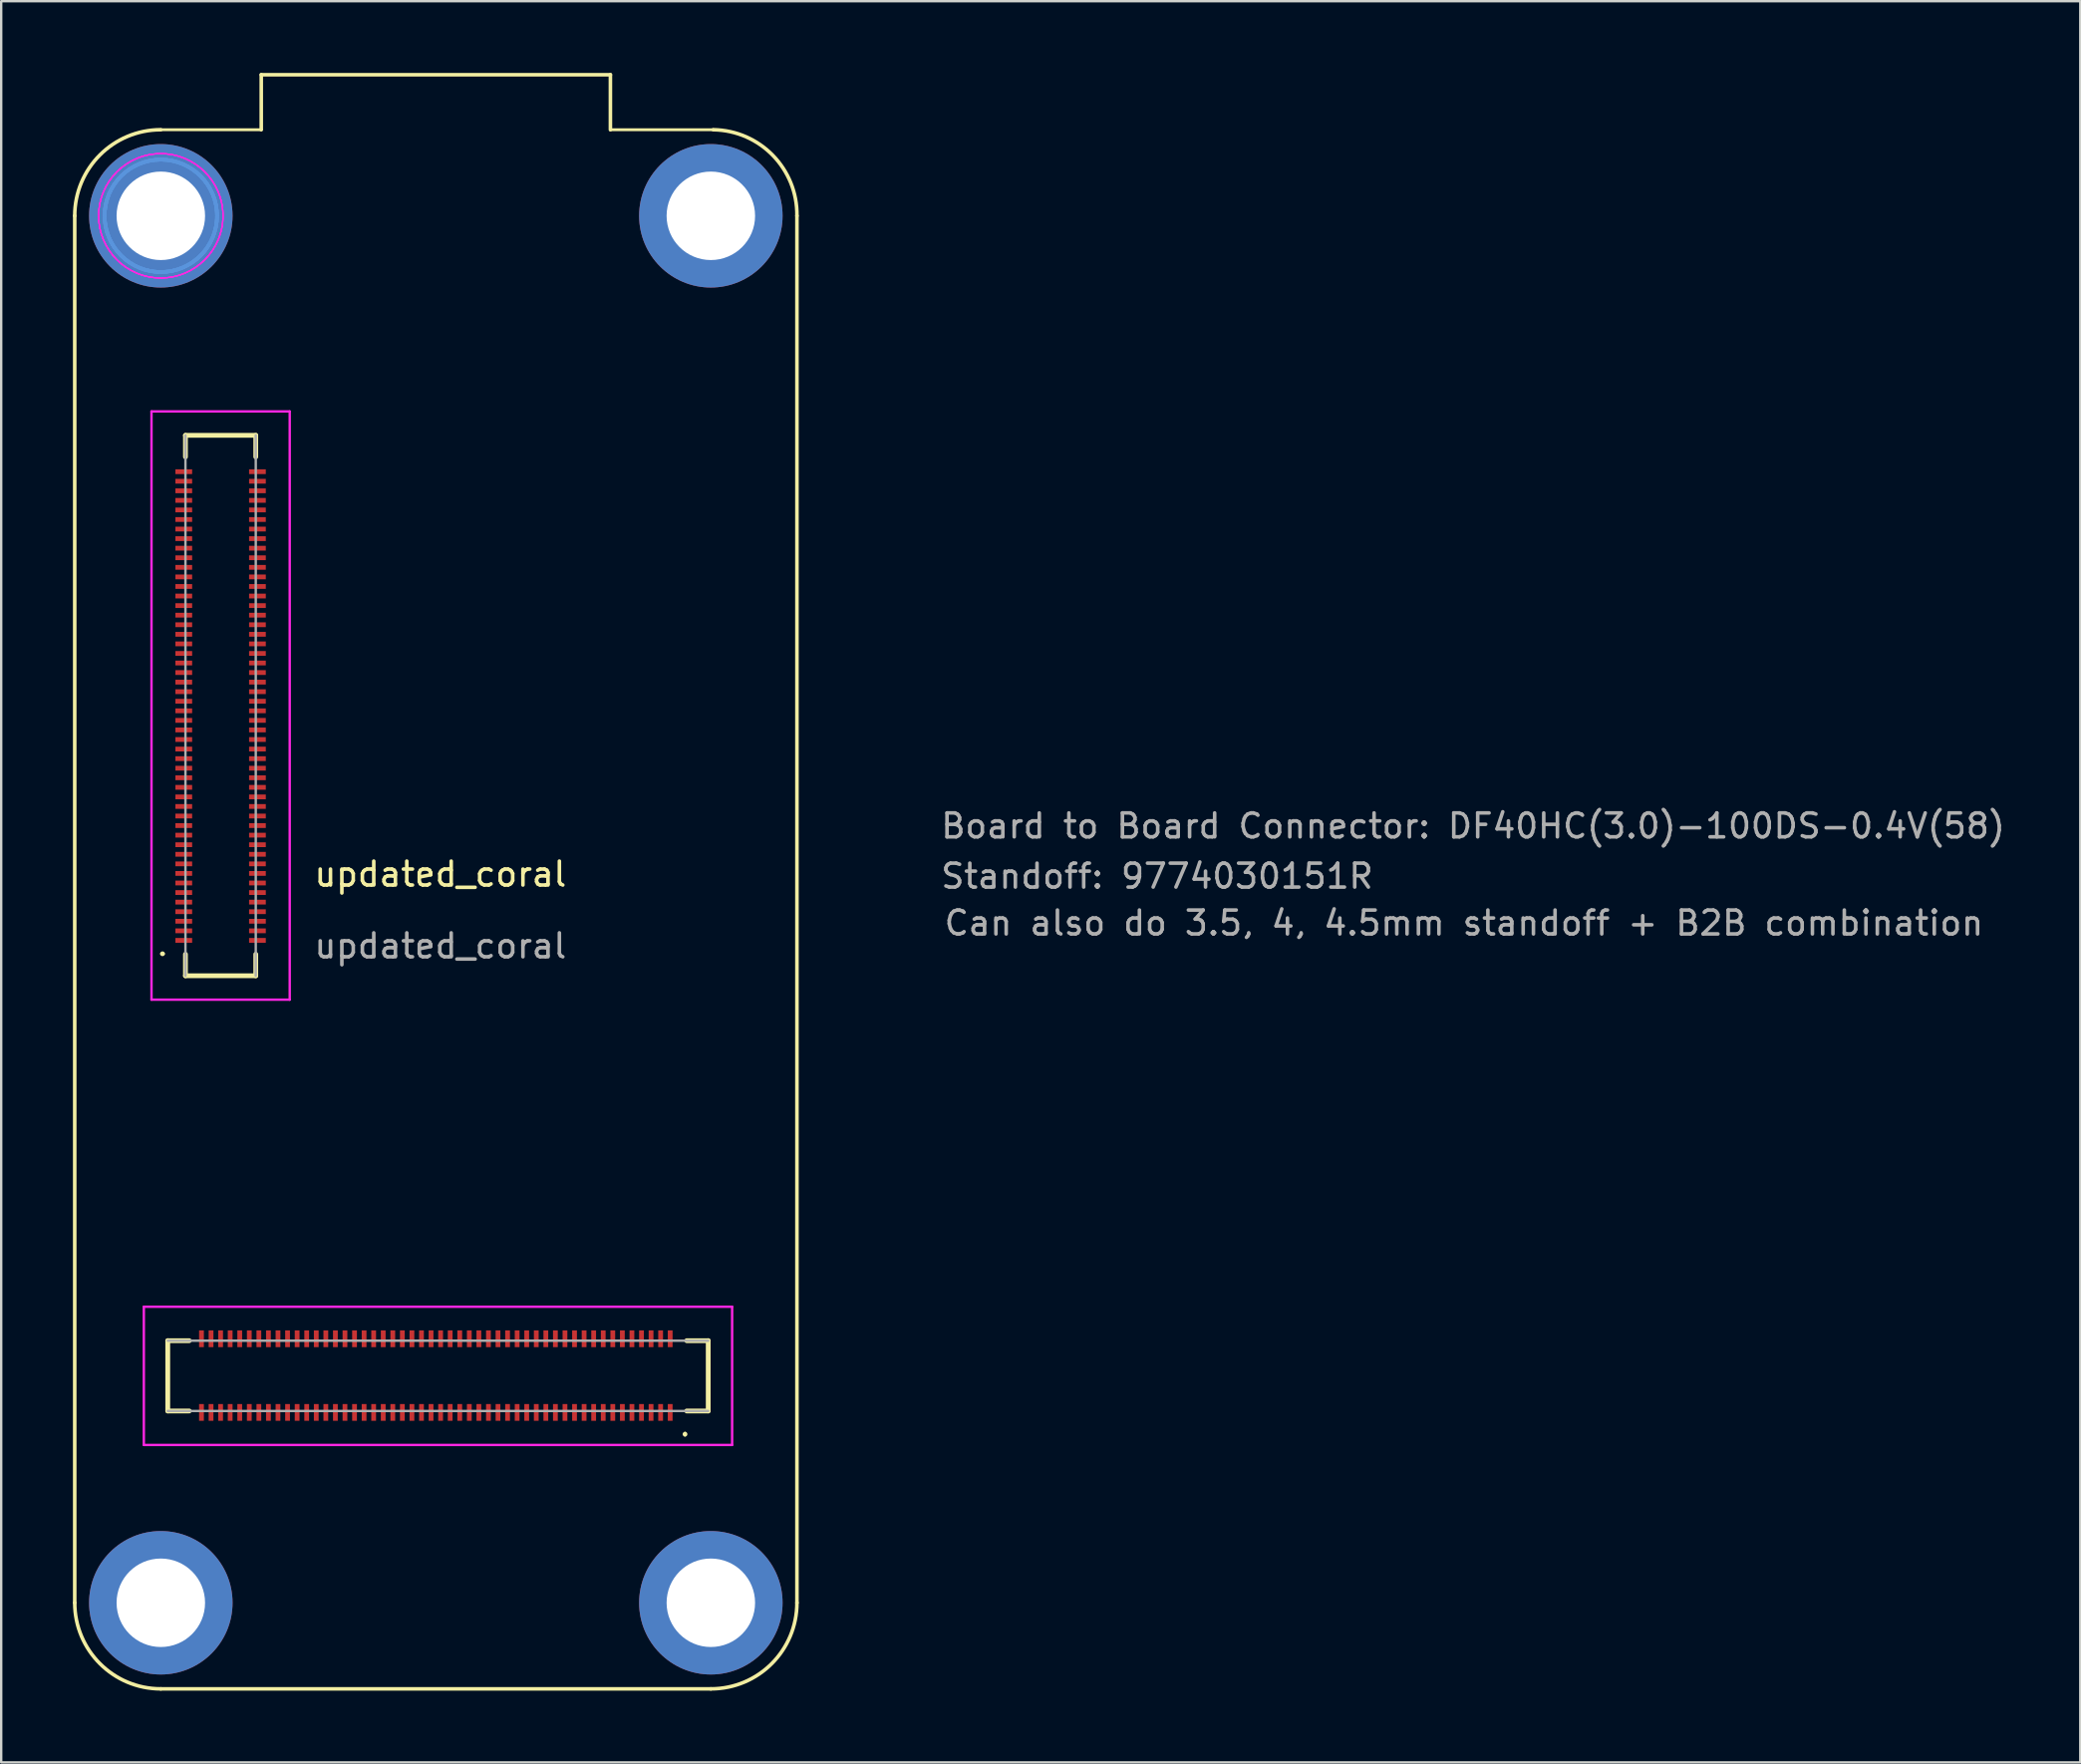
<source format=kicad_pcb>
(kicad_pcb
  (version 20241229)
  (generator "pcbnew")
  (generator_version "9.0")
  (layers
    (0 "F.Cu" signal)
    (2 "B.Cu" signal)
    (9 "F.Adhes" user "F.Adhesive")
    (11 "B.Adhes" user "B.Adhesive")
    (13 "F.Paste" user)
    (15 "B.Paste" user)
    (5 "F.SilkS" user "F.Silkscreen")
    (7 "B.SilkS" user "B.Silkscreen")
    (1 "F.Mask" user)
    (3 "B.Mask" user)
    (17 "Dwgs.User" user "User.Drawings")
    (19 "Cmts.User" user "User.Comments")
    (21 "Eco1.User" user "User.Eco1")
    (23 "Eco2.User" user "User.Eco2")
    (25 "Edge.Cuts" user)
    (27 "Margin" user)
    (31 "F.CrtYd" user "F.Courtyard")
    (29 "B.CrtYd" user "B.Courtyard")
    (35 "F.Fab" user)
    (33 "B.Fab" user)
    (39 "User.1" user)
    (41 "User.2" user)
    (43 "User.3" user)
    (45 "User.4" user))
  (footprint "updated_coral"
    (layer "F.Cu")
    (at 15.175 34.975)
    (property "Reference" "updated_coral" (at 0.19 -1.47 0) (unlocked yes) (layer "F.SilkS") (effects (font (size 1 1) (thickness 0.15))))
    (attr smd)
    (fp_line (start -15.1 -29) (end -15.1 29) (stroke (width 0.15) (type default)) (layer "F.SilkS"))
    (fp_line (start -11.5 -32.6) (end -7.3 -32.6) (stroke (width 0.12) (type default)) (layer "F.SilkS"))
    (fp_line (start -11.5 32.6) (end 11.5 32.6) (stroke (width 0.15) (type default)) (layer "F.SilkS"))
    (fp_line (start -11.21 18.04) (end -11.21 20.98) (stroke (width 0.2) (type solid)) (layer "F.SilkS"))
    (fp_line (start -11.21 20.98) (end -10.31 20.98) (stroke (width 0.2) (type solid)) (layer "F.SilkS"))
    (fp_line (start -10.47 -19.82) (end -10.47 -18.92) (stroke (width 0.2) (type solid)) (layer "F.SilkS"))
    (fp_line (start -10.47 1.88) (end -10.47 2.78) (stroke (width 0.2) (type solid)) (layer "F.SilkS"))
    (fp_line (start -10.47 2.78) (end -7.53 2.78) (stroke (width 0.2) (type solid)) (layer "F.SilkS"))
    (fp_line (start -10.31 18.04) (end -11.21 18.04) (stroke (width 0.2) (type solid)) (layer "F.SilkS"))
    (fp_line (start -7.53 -19.82) (end -10.47 -19.82) (stroke (width 0.2) (type solid)) (layer "F.SilkS"))
    (fp_line (start -7.53 -18.92) (end -7.53 -19.82) (stroke (width 0.2) (type solid)) (layer "F.SilkS"))
    (fp_line (start -7.53 2.78) (end -7.53 1.88) (stroke (width 0.2) (type solid)) (layer "F.SilkS"))
    (fp_line (start -7.3 -34.9) (end -7.3 -32.6) (stroke (width 0.15) (type default)) (layer "F.SilkS"))
    (fp_line (start 7.3 -34.9) (end -7.3 -34.9) (stroke (width 0.15) (type solid)) (layer "F.SilkS"))
    (fp_line (start 7.3 -34.9) (end 7.3 -32.6) (stroke (width 0.15) (type default)) (layer "F.SilkS"))
    (fp_line (start 7.3 -32.6) (end 11.6 -32.6) (stroke (width 0.12) (type default)) (layer "F.SilkS"))
    (fp_line (start 10.49 20.98) (end 11.39 20.98) (stroke (width 0.2) (type solid)) (layer "F.SilkS"))
    (fp_line (start 11.39 18.04) (end 10.49 18.04) (stroke (width 0.2) (type solid)) (layer "F.SilkS"))
    (fp_line (start 11.39 20.98) (end 11.39 18.04) (stroke (width 0.2) (type solid)) (layer "F.SilkS"))
    (fp_line (start 15.1 29) (end 15.1 -29) (stroke (width 0.15) (type default)) (layer "F.SilkS"))
    (fp_arc (start -15.1 -29) (mid -14.045584 -31.545584) (end -11.5 -32.6) (stroke (width 0.15) (type default)) (layer "F.SilkS"))
    (fp_arc (start -11.5 32.6) (mid -14.045584 31.545584) (end -15.1 29) (stroke (width 0.15) (type default)) (layer "F.SilkS"))
    (fp_arc (start -11.48 1.86) (mid -11.43 1.81) (end -11.38 1.86) (stroke (width 0.1) (type solid)) (layer "F.SilkS"))
    (fp_arc (start -11.38 1.86) (mid -11.43 1.91) (end -11.48 1.86) (stroke (width 0.1) (type solid)) (layer "F.SilkS"))
    (fp_arc (start 10.42 21.9) (mid 10.47 21.95) (end 10.42 22) (stroke (width 0.1) (type solid)) (layer "F.SilkS"))
    (fp_arc (start 10.42 22) (mid 10.37 21.95) (end 10.42 21.9) (stroke (width 0.1) (type solid)) (layer "F.SilkS"))
    (fp_arc (start 11.6 -32.6) (mid 14.095584 -31.524874) (end 15.1 -29) (stroke (width 0.15) (type default)) (layer "F.SilkS"))
    (fp_arc (start 15.1 29) (mid 14.045584 31.545584) (end 11.5 32.6) (stroke (width 0.15) (type default)) (layer "F.SilkS"))
    (fp_poly (pts (arc (start -13.395942 29.209995) (mid -12.869676 30.317401) (end -11.775253 30.869993)) (arc (start -11.775253 31.899994) (mid -13.593543 31.041292) (end -14.423929 29.209995))) (stroke (width 0) (type solid)) (fill yes) (layer "F.Paste"))
    (fp_poly (pts (arc (start -13.389509 -28.770808) (mid -12.863243 -27.663402) (end -11.76882 -27.11081)) (arc (start -11.76882 -26.080809) (mid -13.58711 -26.939511) (end -14.417496 -28.770808))) (stroke (width 0) (type solid)) (fill yes) (layer "F.Paste"))
    (fp_poly (pts (arc (start -11.723242 27.093893) (mid -12.830648 27.620159) (end -13.38324 28.714582)) (arc (start -14.413241 28.714582) (mid -13.554539 26.896292) (end -11.723242 26.065906))) (stroke (width 0) (type solid)) (fill yes) (layer "F.Paste"))
    (fp_poly (pts (arc (start -11.716809 -30.88691) (mid -12.824215 -30.360644) (end -13.376807 -29.266221)) (arc (start -14.406808 -29.266221) (mid -13.548106 -31.084511) (end -11.716809 -31.914897))) (stroke (width 0) (type solid)) (fill yes) (layer "F.Paste"))
    (fp_poly (pts (arc (start -11.282299 30.880459) (mid -10.174893 30.354193) (end -9.622301 29.25977)) (arc (start -8.5923 29.25977) (mid -9.451002 31.07806) (end -11.282299 31.908446))) (stroke (width 0) (type solid)) (fill yes) (layer "F.Paste"))
    (fp_poly (pts (arc (start -11.275866 -27.100344) (mid -10.16846 -27.62661) (end -9.615868 -28.721033)) (arc (start -8.585867 -28.721033) (mid -9.444569 -26.902743) (end -11.275866 -26.072357))) (stroke (width 0) (type solid)) (fill yes) (layer "F.Paste"))
    (fp_poly (pts (arc (start -9.592318 28.761611) (mid -10.118584 27.654205) (end -11.213007 27.101613)) (arc (start -11.213007 26.071612) (mid -9.394717 26.930314) (end -8.564331 28.761611))) (stroke (width 0) (type solid)) (fill yes) (layer "F.Paste"))
    (fp_poly (pts (arc (start -9.585885 -29.219192) (mid -10.112151 -30.326598) (end -11.206574 -30.87919)) (arc (start -11.206574 -31.909191) (mid -9.388284 -31.050489) (end -8.557898 -29.219192))) (stroke (width 0) (type solid)) (fill yes) (layer "F.Paste"))
    (fp_poly (pts (arc (start 9.604058 -28.770005) (mid 10.130324 -27.662599) (end 11.224747 -27.110007)) (arc (start 11.224747 -26.080006) (mid 9.406457 -26.938708) (end 8.576071 -28.770005))) (stroke (width 0) (type solid)) (fill yes) (layer "F.Paste"))
    (fp_poly (pts (arc (start 9.604058 29.219995) (mid 10.130324 30.327401) (end 11.224747 30.879993)) (arc (start 11.224747 31.909994) (mid 9.406457 31.051292) (end 8.576071 29.219995))) (stroke (width 0) (type solid)) (fill yes) (layer "F.Paste"))
    (fp_poly (pts (arc (start 11.276758 -30.886107) (mid 10.169352 -30.359841) (end 9.61676 -29.265418)) (arc (start 8.586759 -29.265418) (mid 9.445461 -31.083708) (end 11.276758 -31.914094))) (stroke (width 0) (type solid)) (fill yes) (layer "F.Paste"))
    (fp_poly (pts (arc (start 11.276758 27.103893) (mid 10.169352 27.630159) (end 9.61676 28.724582)) (arc (start 8.586759 28.724582) (mid 9.445461 26.906292) (end 11.276758 26.075906))) (stroke (width 0) (type solid)) (fill yes) (layer "F.Paste"))
    (fp_poly (pts (arc (start 11.717701 -27.099541) (mid 12.825107 -27.625807) (end 13.377699 -28.72023)) (arc (start 14.4077 -28.72023) (mid 13.548998 -26.90194) (end 11.717701 -26.071554))) (stroke (width 0) (type solid)) (fill yes) (layer "F.Paste"))
    (fp_poly (pts (arc (start 11.717701 30.890459) (mid 12.825107 30.364193) (end 13.377699 29.26977)) (arc (start 14.4077 29.26977) (mid 13.548998 31.08806) (end 11.717701 31.918446))) (stroke (width 0) (type solid)) (fill yes) (layer "F.Paste"))
    (fp_poly (pts (arc (start 13.407682 -29.218389) (mid 12.881416 -30.325795) (end 11.786993 -30.878387)) (arc (start 11.786993 -31.908388) (mid 13.605283 -31.049686) (end 14.435669 -29.218389))) (stroke (width 0) (type solid)) (fill yes) (layer "F.Paste"))
    (fp_poly (pts (arc (start 13.407682 28.771611) (mid 12.881416 27.664205) (end 11.786993 27.111613)) (arc (start 11.786993 26.081612) (mid 13.605283 26.940314) (end 14.435669 28.771611))) (stroke (width 0) (type solid)) (fill yes) (layer "F.Paste"))
    (fp_circle (center -11.5 -29) (end -9.15 -29) (stroke (width 0.15) (type solid)) (fill no) (layer "Cmts.User"))
    (fp_circle (center -11.5 -29) (end -9.15 -29) (stroke (width 0.15) (type solid)) (fill no) (layer "Cmts.User"))
    (fp_circle (center -11.5 -29) (end -9.15 -29) (stroke (width 0.15) (type solid)) (fill no) (layer "Cmts.User"))
    (fp_circle (center -11.5 -29) (end -9.15 -29) (stroke (width 0.15) (type solid)) (fill no) (layer "Cmts.User"))
    (fp_line (start -12.21 16.62) (end 12.39 16.62) (stroke (width 0.1) (type solid)) (layer "F.CrtYd"))
    (fp_line (start -12.21 22.4) (end -12.21 16.62) (stroke (width 0.1) (type solid)) (layer "F.CrtYd"))
    (fp_line (start -11.89 -20.82) (end -6.11 -20.82) (stroke (width 0.1) (type solid)) (layer "F.CrtYd"))
    (fp_line (start -11.89 3.78) (end -11.89 -20.82) (stroke (width 0.1) (type solid)) (layer "F.CrtYd"))
    (fp_line (start -6.11 -20.82) (end -6.11 3.78) (stroke (width 0.1) (type solid)) (layer "F.CrtYd"))
    (fp_line (start -6.11 3.78) (end -11.89 3.78) (stroke (width 0.1) (type solid)) (layer "F.CrtYd"))
    (fp_line (start 12.39 16.62) (end 12.39 22.4) (stroke (width 0.1) (type solid)) (layer "F.CrtYd"))
    (fp_line (start 12.39 22.4) (end -12.21 22.4) (stroke (width 0.1) (type solid)) (layer "F.CrtYd"))
    (fp_circle (center -11.5 -29) (end -8.9 -29) (stroke (width 0.05) (type solid)) (fill no) (layer "F.CrtYd"))
    (fp_circle (center -11.5 -29) (end -8.9 -29) (stroke (width 0.05) (type solid)) (fill no) (layer "F.CrtYd"))
    (fp_circle (center -11.5 -29) (end -8.9 -29) (stroke (width 0.05) (type solid)) (fill no) (layer "F.CrtYd"))
    (fp_circle (center -11.5 -29) (end -8.9 -29) (stroke (width 0.05) (type solid)) (fill no) (layer "F.CrtYd"))
    (fp_line (start -11.21 18.04) (end 11.39 18.04) (stroke (width 0.1) (type solid)) (layer "F.Fab"))
    (fp_line (start -10.47 2.78) (end -10.47 -19.82) (stroke (width 0.1) (type solid)) (layer "F.Fab"))
    (fp_line (start -7.53 -19.82) (end -7.53 2.78) (stroke (width 0.1) (type solid)) (layer "F.Fab"))
    (fp_line (start 11.39 20.98) (end -11.21 20.98) (stroke (width 0.1) (type solid)) (layer "F.Fab"))
    (fp_text user "${REFERENCE}" (at 0.19 1.53 0) (unlocked yes) (layer "F.Fab") (effects (font (size 1 1) (thickness 0.15))))
    (fp_text user "Standoff: 9774030151R" (at 21.04 -0.8 0) (unlocked yes) (layer "F.Fab") (effects (font (size 1 1) (thickness 0.15)) (justify left bottom)))
    (fp_text user "Board to Board Connector: DF40HC(3.0)-100DS-0.4V(58)" (at 21.04 -2.9 0) (unlocked yes) (layer "F.Fab") (effects (font (size 1 1) (thickness 0.15)) (justify left bottom)))
    (fp_text user "Can also do 3.5, 4, 4.5mm standoff + B2B combination" (at 21.18 1.16 0) (unlocked yes) (layer "F.Fab") (effects (font (size 1 1) (thickness 0.15)) (justify left bottom)))
    (pad "1" smd rect (at -10.54 1.3 90) (size 0.2 0.7) (layers "F.Cu" "F.Mask" "F.Paste"))
    (pad "1" smd rect (at 9.8 21.04 180) (size 0.2 0.7) (layers "F.Cu" "F.Mask" "F.Paste"))
    (pad "2" smd rect (at -7.46 1.3 90) (size 0.2 0.7) (layers "F.Cu" "F.Mask" "F.Paste"))
    (pad "2" smd rect (at 9.8 17.96 180) (size 0.2 0.7) (layers "F.Cu" "F.Mask" "F.Paste"))
    (pad "3" smd rect (at -10.54 0.9 90) (size 0.2 0.7) (layers "F.Cu" "F.Mask" "F.Paste"))
    (pad "3" smd rect (at 9.4 21.04 180) (size 0.2 0.7) (layers "F.Cu" "F.Mask" "F.Paste"))
    (pad "4" smd rect (at -7.46 0.9 90) (size 0.2 0.7) (layers "F.Cu" "F.Mask" "F.Paste"))
    (pad "4" smd rect (at 9.4 17.96 180) (size 0.2 0.7) (layers "F.Cu" "F.Mask" "F.Paste"))
    (pad "5" smd rect (at -10.54 0.5 90) (size 0.2 0.7) (layers "F.Cu" "F.Mask" "F.Paste"))
    (pad "5" smd rect (at 9 21.04 180) (size 0.2 0.7) (layers "F.Cu" "F.Mask" "F.Paste"))
    (pad "6" smd rect (at -7.46 0.5 90) (size 0.2 0.7) (layers "F.Cu" "F.Mask" "F.Paste"))
    (pad "6" smd rect (at 9 17.96 180) (size 0.2 0.7) (layers "F.Cu" "F.Mask" "F.Paste"))
    (pad "7" smd rect (at -10.54 0.1 90) (size 0.2 0.7) (layers "F.Cu" "F.Mask" "F.Paste"))
    (pad "7" smd rect (at 8.6 21.04 180) (size 0.2 0.7) (layers "F.Cu" "F.Mask" "F.Paste"))
    (pad "8" smd rect (at -7.46 0.1 90) (size 0.2 0.7) (layers "F.Cu" "F.Mask" "F.Paste"))
    (pad "8" smd rect (at 8.6 17.96 180) (size 0.2 0.7) (layers "F.Cu" "F.Mask" "F.Paste"))
    (pad "9" smd rect (at -10.54 -0.3 90) (size 0.2 0.7) (layers "F.Cu" "F.Mask" "F.Paste"))
    (pad "9" smd rect (at 8.2 21.04 180) (size 0.2 0.7) (layers "F.Cu" "F.Mask" "F.Paste"))
    (pad "10" smd rect (at -7.46 -0.3 90) (size 0.2 0.7) (layers "F.Cu" "F.Mask" "F.Paste"))
    (pad "10" smd rect (at 8.2 17.96 180) (size 0.2 0.7) (layers "F.Cu" "F.Mask" "F.Paste"))
    (pad "11" smd rect (at -10.54 -0.7 90) (size 0.2 0.7) (layers "F.Cu" "F.Mask" "F.Paste"))
    (pad "11" smd rect (at 7.8 21.04 180) (size 0.2 0.7) (layers "F.Cu" "F.Mask" "F.Paste"))
    (pad "12" smd rect (at -7.46 -0.7 90) (size 0.2 0.7) (layers "F.Cu" "F.Mask" "F.Paste"))
    (pad "12" smd rect (at 7.8 17.96 180) (size 0.2 0.7) (layers "F.Cu" "F.Mask" "F.Paste"))
    (pad "13" smd rect (at -10.54 -1.1 90) (size 0.2 0.7) (layers "F.Cu" "F.Mask" "F.Paste"))
    (pad "13" smd rect (at 7.4 21.04 180) (size 0.2 0.7) (layers "F.Cu" "F.Mask" "F.Paste"))
    (pad "14" smd rect (at -7.46 -1.1 90) (size 0.2 0.7) (layers "F.Cu" "F.Mask" "F.Paste"))
    (pad "14" smd rect (at 7.4 17.96 180) (size 0.2 0.7) (layers "F.Cu" "F.Mask" "F.Paste"))
    (pad "15" smd rect (at -10.54 -1.5 90) (size 0.2 0.7) (layers "F.Cu" "F.Mask" "F.Paste"))
    (pad "15" smd rect (at 7 21.04 180) (size 0.2 0.7) (layers "F.Cu" "F.Mask" "F.Paste"))
    (pad "16" smd rect (at -7.46 -1.5 90) (size 0.2 0.7) (layers "F.Cu" "F.Mask" "F.Paste"))
    (pad "16" smd rect (at 7 17.96 180) (size 0.2 0.7) (layers "F.Cu" "F.Mask" "F.Paste"))
    (pad "17" smd rect (at -10.54 -1.9 90) (size 0.2 0.7) (layers "F.Cu" "F.Mask" "F.Paste"))
    (pad "17" smd rect (at 6.6 21.04 180) (size 0.2 0.7) (layers "F.Cu" "F.Mask" "F.Paste"))
    (pad "18" smd rect (at -7.46 -1.9 90) (size 0.2 0.7) (layers "F.Cu" "F.Mask" "F.Paste"))
    (pad "18" smd rect (at 6.6 17.96 180) (size 0.2 0.7) (layers "F.Cu" "F.Mask" "F.Paste"))
    (pad "19" smd rect (at -10.54 -2.3 90) (size 0.2 0.7) (layers "F.Cu" "F.Mask" "F.Paste"))
    (pad "19" smd rect (at 6.2 21.04 180) (size 0.2 0.7) (layers "F.Cu" "F.Mask" "F.Paste"))
    (pad "20" smd rect (at -7.46 -2.3 90) (size 0.2 0.7) (layers "F.Cu" "F.Mask" "F.Paste"))
    (pad "20" smd rect (at 6.2 17.96 180) (size 0.2 0.7) (layers "F.Cu" "F.Mask" "F.Paste"))
    (pad "21" smd rect (at -10.54 -2.7 90) (size 0.2 0.7) (layers "F.Cu" "F.Mask" "F.Paste"))
    (pad "21" smd rect (at 5.8 21.04 180) (size 0.2 0.7) (layers "F.Cu" "F.Mask" "F.Paste"))
    (pad "22" smd rect (at -7.46 -2.7 90) (size 0.2 0.7) (layers "F.Cu" "F.Mask" "F.Paste"))
    (pad "22" smd rect (at 5.8 17.96 180) (size 0.2 0.7) (layers "F.Cu" "F.Mask" "F.Paste"))
    (pad "23" smd rect (at -10.54 -3.1 90) (size 0.2 0.7) (layers "F.Cu" "F.Mask" "F.Paste"))
    (pad "23" smd rect (at 5.4 21.04 180) (size 0.2 0.7) (layers "F.Cu" "F.Mask" "F.Paste"))
    (pad "24" smd rect (at -7.46 -3.1 90) (size 0.2 0.7) (layers "F.Cu" "F.Mask" "F.Paste"))
    (pad "24" smd rect (at 5.4 17.96 180) (size 0.2 0.7) (layers "F.Cu" "F.Mask" "F.Paste"))
    (pad "25" smd rect (at -10.54 -3.5 90) (size 0.2 0.7) (layers "F.Cu" "F.Mask" "F.Paste"))
    (pad "25" smd rect (at 5 21.04 180) (size 0.2 0.7) (layers "F.Cu" "F.Mask" "F.Paste"))
    (pad "26" smd rect (at -7.46 -3.5 90) (size 0.2 0.7) (layers "F.Cu" "F.Mask" "F.Paste"))
    (pad "26" smd rect (at 5 17.96 180) (size 0.2 0.7) (layers "F.Cu" "F.Mask" "F.Paste"))
    (pad "27" smd rect (at -10.54 -3.9 90) (size 0.2 0.7) (layers "F.Cu" "F.Mask" "F.Paste"))
    (pad "27" smd rect (at 4.6 21.04 180) (size 0.2 0.7) (layers "F.Cu" "F.Mask" "F.Paste"))
    (pad "28" smd rect (at -7.46 -3.9 90) (size 0.2 0.7) (layers "F.Cu" "F.Mask" "F.Paste"))
    (pad "28" smd rect (at 4.6 17.96 180) (size 0.2 0.7) (layers "F.Cu" "F.Mask" "F.Paste"))
    (pad "29" smd rect (at -10.54 -4.3 90) (size 0.2 0.7) (layers "F.Cu" "F.Mask" "F.Paste"))
    (pad "29" smd rect (at 4.2 21.04 180) (size 0.2 0.7) (layers "F.Cu" "F.Mask" "F.Paste"))
    (pad "30" smd rect (at -7.46 -4.3 90) (size 0.2 0.7) (layers "F.Cu" "F.Mask" "F.Paste"))
    (pad "30" smd rect (at 4.2 17.96 180) (size 0.2 0.7) (layers "F.Cu" "F.Mask" "F.Paste"))
    (pad "31" smd rect (at -10.54 -4.7 90) (size 0.2 0.7) (layers "F.Cu" "F.Mask" "F.Paste"))
    (pad "31" smd rect (at 3.8 21.04 180) (size 0.2 0.7) (layers "F.Cu" "F.Mask" "F.Paste"))
    (pad "32" smd rect (at -7.46 -4.7 90) (size 0.2 0.7) (layers "F.Cu" "F.Mask" "F.Paste"))
    (pad "32" smd rect (at 3.8 17.96 180) (size 0.2 0.7) (layers "F.Cu" "F.Mask" "F.Paste"))
    (pad "33" smd rect (at -10.54 -5.1 90) (size 0.2 0.7) (layers "F.Cu" "F.Mask" "F.Paste"))
    (pad "33" smd rect (at 3.4 21.04 180) (size 0.2 0.7) (layers "F.Cu" "F.Mask" "F.Paste"))
    (pad "34" smd rect (at -7.46 -5.1 90) (size 0.2 0.7) (layers "F.Cu" "F.Mask" "F.Paste"))
    (pad "34" smd rect (at 3.4 17.96 180) (size 0.2 0.7) (layers "F.Cu" "F.Mask" "F.Paste"))
    (pad "35" smd rect (at -10.54 -5.5 90) (size 0.2 0.7) (layers "F.Cu" "F.Mask" "F.Paste"))
    (pad "35" smd rect (at 3 21.04 180) (size 0.2 0.7) (layers "F.Cu" "F.Mask" "F.Paste"))
    (pad "36" smd rect (at -7.46 -5.5 90) (size 0.2 0.7) (layers "F.Cu" "F.Mask" "F.Paste"))
    (pad "36" smd rect (at 3 17.96 180) (size 0.2 0.7) (layers "F.Cu" "F.Mask" "F.Paste"))
    (pad "37" smd rect (at -10.54 -5.9 90) (size 0.2 0.7) (layers "F.Cu" "F.Mask" "F.Paste"))
    (pad "37" smd rect (at 2.6 21.04 180) (size 0.2 0.7) (layers "F.Cu" "F.Mask" "F.Paste"))
    (pad "38" smd rect (at -7.46 -5.9 90) (size 0.2 0.7) (layers "F.Cu" "F.Mask" "F.Paste"))
    (pad "38" smd rect (at 2.6 17.96 180) (size 0.2 0.7) (layers "F.Cu" "F.Mask" "F.Paste"))
    (pad "39" smd rect (at -10.54 -6.3 90) (size 0.2 0.7) (layers "F.Cu" "F.Mask" "F.Paste"))
    (pad "39" smd rect (at 2.2 21.04 180) (size 0.2 0.7) (layers "F.Cu" "F.Mask" "F.Paste"))
    (pad "40" smd rect (at -7.46 -6.3 90) (size 0.2 0.7) (layers "F.Cu" "F.Mask" "F.Paste"))
    (pad "40" smd rect (at 2.2 17.96 180) (size 0.2 0.7) (layers "F.Cu" "F.Mask" "F.Paste"))
    (pad "41" smd rect (at -10.54 -6.7 90) (size 0.2 0.7) (layers "F.Cu" "F.Mask" "F.Paste"))
    (pad "41" smd rect (at 1.8 21.04 180) (size 0.2 0.7) (layers "F.Cu" "F.Mask" "F.Paste"))
    (pad "42" smd rect (at -7.46 -6.7 90) (size 0.2 0.7) (layers "F.Cu" "F.Mask" "F.Paste"))
    (pad "42" smd rect (at 1.8 17.96 180) (size 0.2 0.7) (layers "F.Cu" "F.Mask" "F.Paste"))
    (pad "43" smd rect (at -10.54 -7.1 90) (size 0.2 0.7) (layers "F.Cu" "F.Mask" "F.Paste"))
    (pad "43" smd rect (at 1.4 21.04 180) (size 0.2 0.7) (layers "F.Cu" "F.Mask" "F.Paste"))
    (pad "44" smd rect (at -7.46 -7.1 90) (size 0.2 0.7) (layers "F.Cu" "F.Mask" "F.Paste"))
    (pad "44" smd rect (at 1.4 17.96 180) (size 0.2 0.7) (layers "F.Cu" "F.Mask" "F.Paste"))
    (pad "45" smd rect (at -10.54 -7.5 90) (size 0.2 0.7) (layers "F.Cu" "F.Mask" "F.Paste"))
    (pad "45" smd rect (at 1 21.04 180) (size 0.2 0.7) (layers "F.Cu" "F.Mask" "F.Paste"))
    (pad "46" smd rect (at -7.46 -7.5 90) (size 0.2 0.7) (layers "F.Cu" "F.Mask" "F.Paste"))
    (pad "46" smd rect (at 1 17.96 180) (size 0.2 0.7) (layers "F.Cu" "F.Mask" "F.Paste"))
    (pad "47" smd rect (at -10.54 -7.9 90) (size 0.2 0.7) (layers "F.Cu" "F.Mask" "F.Paste"))
    (pad "47" smd rect (at 0.6 21.04 180) (size 0.2 0.7) (layers "F.Cu" "F.Mask" "F.Paste"))
    (pad "48" smd rect (at -7.46 -7.9 90) (size 0.2 0.7) (layers "F.Cu" "F.Mask" "F.Paste"))
    (pad "48" smd rect (at 0.6 17.96 180) (size 0.2 0.7) (layers "F.Cu" "F.Mask" "F.Paste"))
    (pad "49" smd rect (at -10.54 -8.3 90) (size 0.2 0.7) (layers "F.Cu" "F.Mask" "F.Paste"))
    (pad "49" smd rect (at 0.2 21.04 180) (size 0.2 0.7) (layers "F.Cu" "F.Mask" "F.Paste"))
    (pad "50" smd rect (at -7.46 -8.3 90) (size 0.2 0.7) (layers "F.Cu" "F.Mask" "F.Paste"))
    (pad "50" smd rect (at 0.2 17.96 180) (size 0.2 0.7) (layers "F.Cu" "F.Mask" "F.Paste"))
    (pad "51" smd rect (at -10.54 -8.7 90) (size 0.2 0.7) (layers "F.Cu" "F.Mask" "F.Paste"))
    (pad "51" smd rect (at -0.2 21.04 180) (size 0.2 0.7) (layers "F.Cu" "F.Mask" "F.Paste"))
    (pad "52" smd rect (at -7.46 -8.7 90) (size 0.2 0.7) (layers "F.Cu" "F.Mask" "F.Paste"))
    (pad "52" smd rect (at -0.2 17.96 180) (size 0.2 0.7) (layers "F.Cu" "F.Mask" "F.Paste"))
    (pad "53" smd rect (at -10.54 -9.1 90) (size 0.2 0.7) (layers "F.Cu" "F.Mask" "F.Paste"))
    (pad "53" smd rect (at -0.6 21.04 180) (size 0.2 0.7) (layers "F.Cu" "F.Mask" "F.Paste"))
    (pad "54" smd rect (at -7.46 -9.1 90) (size 0.2 0.7) (layers "F.Cu" "F.Mask" "F.Paste"))
    (pad "54" smd rect (at -0.6 17.96 180) (size 0.2 0.7) (layers "F.Cu" "F.Mask" "F.Paste"))
    (pad "55" smd rect (at -10.54 -9.5 90) (size 0.2 0.7) (layers "F.Cu" "F.Mask" "F.Paste"))
    (pad "55" smd rect (at -1 21.04 180) (size 0.2 0.7) (layers "F.Cu" "F.Mask" "F.Paste"))
    (pad "56" smd rect (at -7.46 -9.5 90) (size 0.2 0.7) (layers "F.Cu" "F.Mask" "F.Paste"))
    (pad "56" smd rect (at -1 17.96 180) (size 0.2 0.7) (layers "F.Cu" "F.Mask" "F.Paste"))
    (pad "57" smd rect (at -10.54 -9.9 90) (size 0.2 0.7) (layers "F.Cu" "F.Mask" "F.Paste"))
    (pad "57" smd rect (at -1.4 21.04 180) (size 0.2 0.7) (layers "F.Cu" "F.Mask" "F.Paste"))
    (pad "58" smd rect (at -7.46 -9.9 90) (size 0.2 0.7) (layers "F.Cu" "F.Mask" "F.Paste"))
    (pad "58" smd rect (at -1.4 17.96 180) (size 0.2 0.7) (layers "F.Cu" "F.Mask" "F.Paste"))
    (pad "59" smd rect (at -10.54 -10.3 90) (size 0.2 0.7) (layers "F.Cu" "F.Mask" "F.Paste"))
    (pad "59" smd rect (at -1.8 21.04 180) (size 0.2 0.7) (layers "F.Cu" "F.Mask" "F.Paste"))
    (pad "60" smd rect (at -7.46 -10.3 90) (size 0.2 0.7) (layers "F.Cu" "F.Mask" "F.Paste"))
    (pad "60" smd rect (at -1.8 17.96 180) (size 0.2 0.7) (layers "F.Cu" "F.Mask" "F.Paste"))
    (pad "61" smd rect (at -10.54 -10.7 90) (size 0.2 0.7) (layers "F.Cu" "F.Mask" "F.Paste"))
    (pad "61" smd rect (at -2.2 21.04 180) (size 0.2 0.7) (layers "F.Cu" "F.Mask" "F.Paste"))
    (pad "62" smd rect (at -7.46 -10.7 90) (size 0.2 0.7) (layers "F.Cu" "F.Mask" "F.Paste"))
    (pad "62" smd rect (at -2.2 17.96 180) (size 0.2 0.7) (layers "F.Cu" "F.Mask" "F.Paste"))
    (pad "63" smd rect (at -10.54 -11.1 90) (size 0.2 0.7) (layers "F.Cu" "F.Mask" "F.Paste"))
    (pad "63" smd rect (at -2.6 21.04 180) (size 0.2 0.7) (layers "F.Cu" "F.Mask" "F.Paste"))
    (pad "64" smd rect (at -7.46 -11.1 90) (size 0.2 0.7) (layers "F.Cu" "F.Mask" "F.Paste"))
    (pad "64" smd rect (at -2.6 17.96 180) (size 0.2 0.7) (layers "F.Cu" "F.Mask" "F.Paste"))
    (pad "65" smd rect (at -10.54 -11.5 90) (size 0.2 0.7) (layers "F.Cu" "F.Mask" "F.Paste"))
    (pad "65" smd rect (at -3 21.04 180) (size 0.2 0.7) (layers "F.Cu" "F.Mask" "F.Paste"))
    (pad "66" smd rect (at -7.46 -11.5 90) (size 0.2 0.7) (layers "F.Cu" "F.Mask" "F.Paste"))
    (pad "66" smd rect (at -3 17.96 180) (size 0.2 0.7) (layers "F.Cu" "F.Mask" "F.Paste"))
    (pad "67" smd rect (at -10.54 -11.9 90) (size 0.2 0.7) (layers "F.Cu" "F.Mask" "F.Paste"))
    (pad "67" smd rect (at -3.4 21.04 180) (size 0.2 0.7) (layers "F.Cu" "F.Mask" "F.Paste"))
    (pad "68" smd rect (at -7.46 -11.9 90) (size 0.2 0.7) (layers "F.Cu" "F.Mask" "F.Paste"))
    (pad "68" smd rect (at -3.4 17.96 180) (size 0.2 0.7) (layers "F.Cu" "F.Mask" "F.Paste"))
    (pad "69" smd rect (at -10.54 -12.3 90) (size 0.2 0.7) (layers "F.Cu" "F.Mask" "F.Paste"))
    (pad "69" smd rect (at -3.8 21.04 180) (size 0.2 0.7) (layers "F.Cu" "F.Mask" "F.Paste"))
    (pad "70" smd rect (at -7.46 -12.3 90) (size 0.2 0.7) (layers "F.Cu" "F.Mask" "F.Paste"))
    (pad "70" smd rect (at -3.8 17.96 180) (size 0.2 0.7) (layers "F.Cu" "F.Mask" "F.Paste"))
    (pad "71" smd rect (at -10.54 -12.7 90) (size 0.2 0.7) (layers "F.Cu" "F.Mask" "F.Paste"))
    (pad "71" smd rect (at -4.2 21.04 180) (size 0.2 0.7) (layers "F.Cu" "F.Mask" "F.Paste"))
    (pad "72" smd rect (at -7.46 -12.7 90) (size 0.2 0.7) (layers "F.Cu" "F.Mask" "F.Paste"))
    (pad "72" smd rect (at -4.2 17.96 180) (size 0.2 0.7) (layers "F.Cu" "F.Mask" "F.Paste"))
    (pad "73" smd rect (at -10.54 -13.1 90) (size 0.2 0.7) (layers "F.Cu" "F.Mask" "F.Paste"))
    (pad "73" smd rect (at -4.6 21.04 180) (size 0.2 0.7) (layers "F.Cu" "F.Mask" "F.Paste"))
    (pad "74" smd rect (at -7.46 -13.1 90) (size 0.2 0.7) (layers "F.Cu" "F.Mask" "F.Paste"))
    (pad "74" smd rect (at -4.6 17.96 180) (size 0.2 0.7) (layers "F.Cu" "F.Mask" "F.Paste"))
    (pad "75" smd rect (at -10.54 -13.5 90) (size 0.2 0.7) (layers "F.Cu" "F.Mask" "F.Paste"))
    (pad "75" smd rect (at -5 21.04 180) (size 0.2 0.7) (layers "F.Cu" "F.Mask" "F.Paste"))
    (pad "76" smd rect (at -7.46 -13.5 90) (size 0.2 0.7) (layers "F.Cu" "F.Mask" "F.Paste"))
    (pad "76" smd rect (at -5 17.96 180) (size 0.2 0.7) (layers "F.Cu" "F.Mask" "F.Paste"))
    (pad "77" smd rect (at -10.54 -13.9 90) (size 0.2 0.7) (layers "F.Cu" "F.Mask" "F.Paste"))
    (pad "77" smd rect (at -5.4 21.04 180) (size 0.2 0.7) (layers "F.Cu" "F.Mask" "F.Paste"))
    (pad "78" smd rect (at -7.46 -13.9 90) (size 0.2 0.7) (layers "F.Cu" "F.Mask" "F.Paste"))
    (pad "78" smd rect (at -5.4 17.96 180) (size 0.2 0.7) (layers "F.Cu" "F.Mask" "F.Paste"))
    (pad "79" smd rect (at -10.54 -14.3 90) (size 0.2 0.7) (layers "F.Cu" "F.Mask" "F.Paste"))
    (pad "79" smd rect (at -5.8 21.04 180) (size 0.2 0.7) (layers "F.Cu" "F.Mask" "F.Paste"))
    (pad "80" smd rect (at -7.46 -14.3 90) (size 0.2 0.7) (layers "F.Cu" "F.Mask" "F.Paste"))
    (pad "80" smd rect (at -5.8 17.96 180) (size 0.2 0.7) (layers "F.Cu" "F.Mask" "F.Paste"))
    (pad "81" smd rect (at -10.54 -14.7 90) (size 0.2 0.7) (layers "F.Cu" "F.Mask" "F.Paste"))
    (pad "81" smd rect (at -6.2 21.04 180) (size 0.2 0.7) (layers "F.Cu" "F.Mask" "F.Paste"))
    (pad "82" smd rect (at -7.46 -14.7 90) (size 0.2 0.7) (layers "F.Cu" "F.Mask" "F.Paste"))
    (pad "82" smd rect (at -6.2 17.96 180) (size 0.2 0.7) (layers "F.Cu" "F.Mask" "F.Paste"))
    (pad "83" smd rect (at -10.54 -15.1 90) (size 0.2 0.7) (layers "F.Cu" "F.Mask" "F.Paste"))
    (pad "83" smd rect (at -6.6 21.04 180) (size 0.2 0.7) (layers "F.Cu" "F.Mask" "F.Paste"))
    (pad "84" smd rect (at -7.46 -15.1 90) (size 0.2 0.7) (layers "F.Cu" "F.Mask" "F.Paste"))
    (pad "84" smd rect (at -6.6 17.96 180) (size 0.2 0.7) (layers "F.Cu" "F.Mask" "F.Paste"))
    (pad "85" smd rect (at -10.54 -15.5 90) (size 0.2 0.7) (layers "F.Cu" "F.Mask" "F.Paste"))
    (pad "85" smd rect (at -7 21.04 180) (size 0.2 0.7) (layers "F.Cu" "F.Mask" "F.Paste"))
    (pad "86" smd rect (at -7.46 -15.5 90) (size 0.2 0.7) (layers "F.Cu" "F.Mask" "F.Paste"))
    (pad "86" smd rect (at -7 17.96 180) (size 0.2 0.7) (layers "F.Cu" "F.Mask" "F.Paste"))
    (pad "87" smd rect (at -10.54 -15.9 90) (size 0.2 0.7) (layers "F.Cu" "F.Mask" "F.Paste"))
    (pad "87" smd rect (at -7.4 21.04 180) (size 0.2 0.7) (layers "F.Cu" "F.Mask" "F.Paste"))
    (pad "88" smd rect (at -7.46 -15.9 90) (size 0.2 0.7) (layers "F.Cu" "F.Mask" "F.Paste"))
    (pad "88" smd rect (at -7.4 17.96 180) (size 0.2 0.7) (layers "F.Cu" "F.Mask" "F.Paste"))
    (pad "89" smd rect (at -10.54 -16.3 90) (size 0.2 0.7) (layers "F.Cu" "F.Mask" "F.Paste"))
    (pad "89" smd rect (at -7.8 21.04 180) (size 0.2 0.7) (layers "F.Cu" "F.Mask" "F.Paste"))
    (pad "90" smd rect (at -7.8 17.96 180) (size 0.2 0.7) (layers "F.Cu" "F.Mask" "F.Paste"))
    (pad "90" smd rect (at -7.46 -16.3 90) (size 0.2 0.7) (layers "F.Cu" "F.Mask" "F.Paste"))
    (pad "91" smd rect (at -10.54 -16.7 90) (size 0.2 0.7) (layers "F.Cu" "F.Mask" "F.Paste"))
    (pad "91" smd rect (at -8.2 21.04 180) (size 0.2 0.7) (layers "F.Cu" "F.Mask" "F.Paste"))
    (pad "92" smd rect (at -8.2 17.96 180) (size 0.2 0.7) (layers "F.Cu" "F.Mask" "F.Paste"))
    (pad "92" smd rect (at -7.46 -16.7 90) (size 0.2 0.7) (layers "F.Cu" "F.Mask" "F.Paste"))
    (pad "93" smd rect (at -10.54 -17.1 90) (size 0.2 0.7) (layers "F.Cu" "F.Mask" "F.Paste"))
    (pad "93" smd rect (at -8.6 21.04 180) (size 0.2 0.7) (layers "F.Cu" "F.Mask" "F.Paste"))
    (pad "94" smd rect (at -8.6 17.96 180) (size 0.2 0.7) (layers "F.Cu" "F.Mask" "F.Paste"))
    (pad "94" smd rect (at -7.46 -17.1 90) (size 0.2 0.7) (layers "F.Cu" "F.Mask" "F.Paste"))
    (pad "95" smd rect (at -10.54 -17.5 90) (size 0.2 0.7) (layers "F.Cu" "F.Mask" "F.Paste"))
    (pad "95" smd rect (at -9 21.04 180) (size 0.2 0.7) (layers "F.Cu" "F.Mask" "F.Paste"))
    (pad "96" smd rect (at -9 17.96 180) (size 0.2 0.7) (layers "F.Cu" "F.Mask" "F.Paste"))
    (pad "96" smd rect (at -7.46 -17.5 90) (size 0.2 0.7) (layers "F.Cu" "F.Mask" "F.Paste"))
    (pad "97" smd rect (at -10.54 -17.9 90) (size 0.2 0.7) (layers "F.Cu" "F.Mask" "F.Paste"))
    (pad "97" smd rect (at -9.4 21.04 180) (size 0.2 0.7) (layers "F.Cu" "F.Mask" "F.Paste"))
    (pad "98" smd rect (at -9.4 17.96 180) (size 0.2 0.7) (layers "F.Cu" "F.Mask" "F.Paste"))
    (pad "98" smd rect (at -7.46 -17.9 90) (size 0.2 0.7) (layers "F.Cu" "F.Mask" "F.Paste"))
    (pad "99" smd rect (at -10.54 -18.3 90) (size 0.2 0.7) (layers "F.Cu" "F.Mask" "F.Paste"))
    (pad "99" smd rect (at -9.8 21.04 180) (size 0.2 0.7) (layers "F.Cu" "F.Mask" "F.Paste"))
    (pad "100" smd rect (at -9.8 17.96 180) (size 0.2 0.7) (layers "F.Cu" "F.Mask" "F.Paste"))
    (pad "100" smd rect (at -7.46 -18.3 90) (size 0.2 0.7) (layers "F.Cu" "F.Mask" "F.Paste"))
    (pad "201" thru_hole circle (at -11.5 -29 90) (size 6 6) (drill 3.7) (layers "*.Cu" "*.Mask"))
    (pad "202" thru_hole circle (at 11.5 -29 90) (size 6 6) (drill 3.7) (layers "*.Cu" "*.Mask"))
    (pad "203" thru_hole circle (at 11.5 29 90) (size 6 6) (drill 3.7) (layers "*.Cu" "*.Mask"))
    (pad "204" thru_hole circle (at -11.5 29 90) (size 6 6) (drill 3.7) (layers "*.Cu" "*.Mask")))
  (gr_rect
    (start -3 -3)
    (end 83.941 70.65)
    (stroke (width 0.1) (type default))
    (fill no)
    (layer "Edge.Cuts")))
</source>
